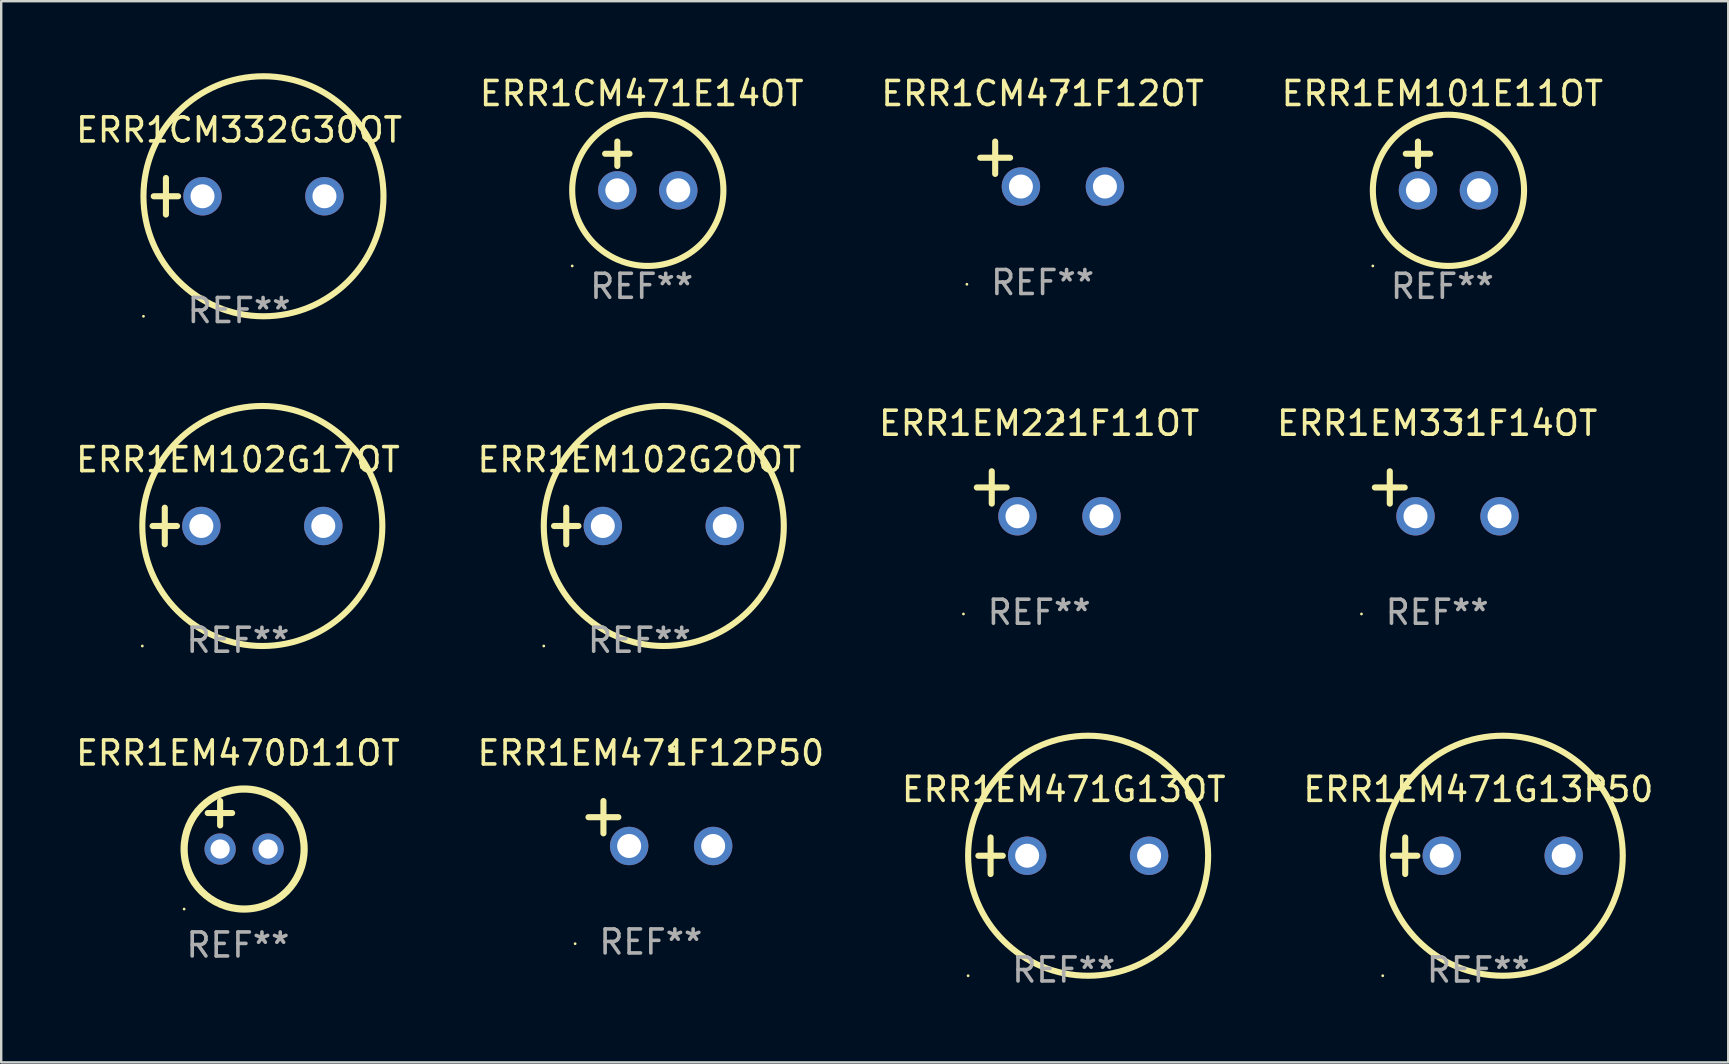
<source format=kicad_pcb>
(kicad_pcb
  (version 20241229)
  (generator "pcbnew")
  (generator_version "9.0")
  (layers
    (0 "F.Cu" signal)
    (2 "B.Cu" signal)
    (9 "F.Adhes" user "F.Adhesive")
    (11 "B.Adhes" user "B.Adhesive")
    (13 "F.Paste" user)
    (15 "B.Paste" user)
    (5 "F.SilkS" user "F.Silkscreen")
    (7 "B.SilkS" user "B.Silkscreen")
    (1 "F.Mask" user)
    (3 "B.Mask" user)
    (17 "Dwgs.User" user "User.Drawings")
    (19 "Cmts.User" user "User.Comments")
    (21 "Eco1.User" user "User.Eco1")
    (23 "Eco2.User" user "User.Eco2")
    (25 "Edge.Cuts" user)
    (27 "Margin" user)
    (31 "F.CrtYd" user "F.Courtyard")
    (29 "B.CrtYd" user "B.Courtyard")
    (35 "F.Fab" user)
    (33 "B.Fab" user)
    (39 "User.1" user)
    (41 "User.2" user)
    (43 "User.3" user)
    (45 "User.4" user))
  (footprint "ERR1EM331F14OT"
    (layer "F.Cu")
    (at 56.827 17.522)
    (property "Reference" "ERR1EM331F14OT" (at 0 -2.937 0) (layer "F.SilkS") (effects (font (size 1 1) (thickness 0.15))))
    (attr through_hole)
    (fp_line (start -1.975 0.41) (end -1.975 -0.937) (stroke (width 0.254) (type solid)) (layer "F.SilkS"))
    (fp_line (start -1.353 -0.263) (end -2.597 -0.263) (stroke (width 0.254) (type solid)) (layer "F.SilkS"))
    (fp_arc (start 0.849809 -3.063957) (mid 0.885369 -3.064114) (end 0.920929 -3.063957) (stroke (width 0.254001) (type solid)) (layer "F.SilkS"))
    (fp_circle (center -3.154 5.008) (end -3.124 5.008) (stroke (width 0.06) (type solid)) (fill no) (layer "F.SilkS"))
    (fp_text user "REF**" (at 0 4.937 0) (layer "F.Fab") (effects (font (size 1 1) (thickness 0.15))))
    (pad "1" thru_hole circle (at -0.903 0.937) (size 1.6 1.6) (drill 1) (layers "*.Cu" "*.Mask"))
    (pad "2" thru_hole circle (at 2.597 0.937) (size 1.6 1.6) (drill 1) (layers "*.Cu" "*.Mask")))
  (footprint "ERR1EM101E11OT"
    (layer "F.Cu")
    (at 57.042 3.864)
    (property "Reference" "ERR1EM101E11OT" (at 0 -3.016 0) (layer "F.SilkS") (effects (font (size 1 1) (thickness 0.15))))
    (attr through_hole)
    (fp_line (start -1.524 -0.508) (end -0.508 -0.508) (stroke (width 0.254) (type solid)) (layer "F.SilkS"))
    (fp_line (start -1.016 -1.016) (end -1.016 0) (stroke (width 0.254) (type solid)) (layer "F.SilkS"))
    (fp_circle (center -2.896 4.166) (end -2.866 4.166) (stroke (width 0.06) (type solid)) (fill no) (layer "F.SilkS"))
    (fp_circle (center 0.254 1.016) (end 3.404 1.016) (stroke (width 0.254) (type solid)) (fill no) (layer "F.SilkS"))
    (fp_text user "REF**" (at 0 5.016 0) (layer "F.Fab") (effects (font (size 1 1) (thickness 0.15))))
    (pad "1" thru_hole circle (at -1.016 1.016) (size 1.6 1.6) (drill 1) (layers "*.Cu" "*.Mask"))
    (pad "2" thru_hole circle (at 1.524 1.016) (size 1.6 1.6) (drill 1) (layers "*.Cu" "*.Mask")))
  (footprint "ERR1EM470D11OT"
    (layer "F.Cu")
    (at 6.863 31.323)
    (property "Reference" "ERR1EM470D11OT" (at 0 -3 0) (layer "F.SilkS") (effects (font (size 1 1) (thickness 0.15))))
    (attr through_hole)
    (fp_line (start -1.258 -0.5) (end -0.242 -0.5) (stroke (width 0.254) (type solid)) (layer "F.SilkS"))
    (fp_line (start -0.742 -1) (end -0.742 0.016) (stroke (width 0.254) (type solid)) (layer "F.SilkS"))
    (fp_circle (center -2.242 3.5) (end -2.212 3.5) (stroke (width 0.06) (type solid)) (fill no) (layer "F.SilkS"))
    (fp_circle (center 0.258 1) (end 2.758 1) (stroke (width 0.3) (type solid)) (fill no) (layer "F.SilkS"))
    (fp_text user "REF**" (at 0 5 0) (layer "F.Fab") (effects (font (size 1 1) (thickness 0.15))))
    (pad "1" thru_hole circle (at -0.742 1) (size 1.3 1.3) (drill 0.8) (layers "*.Cu" "*.Mask"))
    (pad "2" thru_hole circle (at 1.258 1) (size 1.3 1.3) (drill 0.8) (layers "*.Cu" "*.Mask")))
  (footprint "ERR1EM471F12P50"
    (layer "F.Cu")
    (at 24.065 31.259)
    (property "Reference" "ERR1EM471F12P50" (at 0 -2.937 0) (layer "F.SilkS") (effects (font (size 1 1) (thickness 0.15))))
    (attr through_hole)
    (fp_line (start -1.975 0.41) (end -1.975 -0.937) (stroke (width 0.254) (type solid)) (layer "F.SilkS"))
    (fp_line (start -1.353 -0.263) (end -2.597 -0.263) (stroke (width 0.254) (type solid)) (layer "F.SilkS"))
    (fp_arc (start 0.849809 -3.063957) (mid 0.885369 -3.064114) (end 0.920929 -3.063957) (stroke (width 0.254001) (type solid)) (layer "F.SilkS"))
    (fp_circle (center -3.154 5.008) (end -3.124 5.008) (stroke (width 0.06) (type solid)) (fill no) (layer "F.SilkS"))
    (fp_text user "REF**" (at 0 4.937 0) (layer "F.Fab") (effects (font (size 1 1) (thickness 0.15))))
    (pad "1" thru_hole circle (at -0.903 0.937) (size 1.6 1.6) (drill 1) (layers "*.Cu" "*.Mask"))
    (pad "2" thru_hole circle (at 2.597 0.937) (size 1.6 1.6) (drill 1) (layers "*.Cu" "*.Mask")))
  (footprint "ERR1CM332G30OT"
    (layer "F.Cu")
    (at 6.911 5.127)
    (property "Reference" "ERR1CM332G30OT" (at 0 -2.762 0) (layer "F.SilkS") (effects (font (size 1 1) (thickness 0.15))))
    (attr through_hole)
    (fp_line (start -3.556 0) (end -2.54 0) (stroke (width 0.254) (type solid)) (layer "F.SilkS"))
    (fp_line (start -3.048 -0.762) (end -3.048 0.762) (stroke (width 0.254) (type solid)) (layer "F.SilkS"))
    (fp_circle (center -3.984 5) (end -3.954 5) (stroke (width 0.06) (type solid)) (fill no) (layer "F.SilkS"))
    (fp_circle (center 1.016 0) (end 6.016 0) (stroke (width 0.254) (type solid)) (fill no) (layer "F.SilkS"))
    (fp_text user "REF**" (at 0 4.762 0) (layer "F.Fab") (effects (font (size 1 1) (thickness 0.15))))
    (pad "1" thru_hole circle (at -1.524 0) (size 1.6 1.6) (drill 1) (layers "*.Cu" "*.Mask"))
    (pad "2" thru_hole circle (at 3.556 0) (size 1.6 1.6) (drill 1) (layers "*.Cu" "*.Mask")))
  (footprint "ERR1EM102G20OT"
    (layer "F.Cu")
    (at 23.589 18.864)
    (property "Reference" "ERR1EM102G20OT" (at 0 -2.762 0) (layer "F.SilkS") (effects (font (size 1 1) (thickness 0.15))))
    (attr through_hole)
    (fp_line (start -3.556 0) (end -2.54 0) (stroke (width 0.254) (type solid)) (layer "F.SilkS"))
    (fp_line (start -3.048 -0.762) (end -3.048 0.762) (stroke (width 0.254) (type solid)) (layer "F.SilkS"))
    (fp_circle (center -3.984 5) (end -3.954 5) (stroke (width 0.06) (type solid)) (fill no) (layer "F.SilkS"))
    (fp_circle (center 1.016 0) (end 6.016 0) (stroke (width 0.254) (type solid)) (fill no) (layer "F.SilkS"))
    (fp_text user "REF**" (at 0 4.762 0) (layer "F.Fab") (effects (font (size 1 1) (thickness 0.15))))
    (pad "1" thru_hole circle (at -1.524 0) (size 1.6 1.6) (drill 1) (layers "*.Cu" "*.Mask"))
    (pad "2" thru_hole circle (at 3.556 0) (size 1.6 1.6) (drill 1) (layers "*.Cu" "*.Mask")))
  (footprint "ERR1EM102G17OT"
    (layer "F.Cu")
    (at 6.863 18.864)
    (property "Reference" "ERR1EM102G17OT" (at 0 -2.762 0) (layer "F.SilkS") (effects (font (size 1 1) (thickness 0.15))))
    (attr through_hole)
    (fp_line (start -3.556 0) (end -2.54 0) (stroke (width 0.254) (type solid)) (layer "F.SilkS"))
    (fp_line (start -3.048 -0.762) (end -3.048 0.762) (stroke (width 0.254) (type solid)) (layer "F.SilkS"))
    (fp_circle (center -3.984 5) (end -3.954 5) (stroke (width 0.06) (type solid)) (fill no) (layer "F.SilkS"))
    (fp_circle (center 1.016 0) (end 6.016 0) (stroke (width 0.254) (type solid)) (fill no) (layer "F.SilkS"))
    (fp_text user "REF**" (at 0 4.762 0) (layer "F.Fab") (effects (font (size 1 1) (thickness 0.15))))
    (pad "1" thru_hole circle (at -1.524 0) (size 1.6 1.6) (drill 1) (layers "*.Cu" "*.Mask"))
    (pad "2" thru_hole circle (at 3.556 0) (size 1.6 1.6) (drill 1) (layers "*.Cu" "*.Mask")))
  (footprint "ERR1EM471G13OT"
    (layer "F.Cu")
    (at 41.268 32.602)
    (property "Reference" "ERR1EM471G13OT" (at 0 -2.762 0) (layer "F.SilkS") (effects (font (size 1 1) (thickness 0.15))))
    (attr through_hole)
    (fp_line (start -3.556 0) (end -2.54 0) (stroke (width 0.254) (type solid)) (layer "F.SilkS"))
    (fp_line (start -3.048 -0.762) (end -3.048 0.762) (stroke (width 0.254) (type solid)) (layer "F.SilkS"))
    (fp_circle (center -3.984 5) (end -3.954 5) (stroke (width 0.06) (type solid)) (fill no) (layer "F.SilkS"))
    (fp_circle (center 1.016 0) (end 6.016 0) (stroke (width 0.254) (type solid)) (fill no) (layer "F.SilkS"))
    (fp_text user "REF**" (at 0 4.762 0) (layer "F.Fab") (effects (font (size 1 1) (thickness 0.15))))
    (pad "1" thru_hole circle (at -1.524 0) (size 1.6 1.6) (drill 1) (layers "*.Cu" "*.Mask"))
    (pad "2" thru_hole circle (at 3.556 0) (size 1.6 1.6) (drill 1) (layers "*.Cu" "*.Mask")))
  (footprint "ERR1EM221F11OT"
    (layer "F.Cu")
    (at 40.244 17.522)
    (property "Reference" "ERR1EM221F11OT" (at 0 -2.937 0) (layer "F.SilkS") (effects (font (size 1 1) (thickness 0.15))))
    (attr through_hole)
    (fp_line (start -1.975 0.41) (end -1.975 -0.937) (stroke (width 0.254) (type solid)) (layer "F.SilkS"))
    (fp_line (start -1.353 -0.263) (end -2.597 -0.263) (stroke (width 0.254) (type solid)) (layer "F.SilkS"))
    (fp_arc (start 0.849809 -3.063957) (mid 0.885369 -3.064114) (end 0.920929 -3.063957) (stroke (width 0.254001) (type solid)) (layer "F.SilkS"))
    (fp_circle (center -3.154 5.008) (end -3.124 5.008) (stroke (width 0.06) (type solid)) (fill no) (layer "F.SilkS"))
    (fp_text user "REF**" (at 0 4.937 0) (layer "F.Fab") (effects (font (size 1 1) (thickness 0.15))))
    (pad "1" thru_hole circle (at -0.903 0.937) (size 1.6 1.6) (drill 1) (layers "*.Cu" "*.Mask"))
    (pad "2" thru_hole circle (at 2.597 0.937) (size 1.6 1.6) (drill 1) (layers "*.Cu" "*.Mask")))
  (footprint "ERR1EM471G13P50"
    (layer "F.Cu")
    (at 58.542 32.602)
    (property "Reference" "ERR1EM471G13P50" (at 0 -2.762 0) (layer "F.SilkS") (effects (font (size 1 1) (thickness 0.15))))
    (attr through_hole)
    (fp_line (start -3.556 0) (end -2.54 0) (stroke (width 0.254) (type solid)) (layer "F.SilkS"))
    (fp_line (start -3.048 -0.762) (end -3.048 0.762) (stroke (width 0.254) (type solid)) (layer "F.SilkS"))
    (fp_circle (center -3.984 5) (end -3.954 5) (stroke (width 0.06) (type solid)) (fill no) (layer "F.SilkS"))
    (fp_circle (center 1.016 0) (end 6.016 0) (stroke (width 0.254) (type solid)) (fill no) (layer "F.SilkS"))
    (fp_text user "REF**" (at 0 4.762 0) (layer "F.Fab") (effects (font (size 1 1) (thickness 0.15))))
    (pad "1" thru_hole circle (at -1.524 0) (size 1.6 1.6) (drill 1) (layers "*.Cu" "*.Mask"))
    (pad "2" thru_hole circle (at 3.556 0) (size 1.6 1.6) (drill 1) (layers "*.Cu" "*.Mask")))
  (footprint "ERR1CM471F12OT"
    (layer "F.Cu")
    (at 40.387 3.785)
    (property "Reference" "ERR1CM471F12OT" (at 0 -2.937 0) (layer "F.SilkS") (effects (font (size 1 1) (thickness 0.15))))
    (attr through_hole)
    (fp_line (start -1.975 0.41) (end -1.975 -0.937) (stroke (width 0.254) (type solid)) (layer "F.SilkS"))
    (fp_line (start -1.353 -0.263) (end -2.597 -0.263) (stroke (width 0.254) (type solid)) (layer "F.SilkS"))
    (fp_arc (start 0.849809 -3.063957) (mid 0.885369 -3.064114) (end 0.920929 -3.063957) (stroke (width 0.254001) (type solid)) (layer "F.SilkS"))
    (fp_circle (center -3.154 5.008) (end -3.124 5.008) (stroke (width 0.06) (type solid)) (fill no) (layer "F.SilkS"))
    (fp_text user "REF**" (at 0 4.937 0) (layer "F.Fab") (effects (font (size 1 1) (thickness 0.15))))
    (pad "1" thru_hole circle (at -0.903 0.937) (size 1.6 1.6) (drill 1) (layers "*.Cu" "*.Mask"))
    (pad "2" thru_hole circle (at 2.597 0.937) (size 1.6 1.6) (drill 1) (layers "*.Cu" "*.Mask")))
  (footprint "ERR1CM471E14OT"
    (layer "F.Cu")
    (at 23.685 3.864)
    (property "Reference" "ERR1CM471E14OT" (at 0 -3.016 0) (layer "F.SilkS") (effects (font (size 1 1) (thickness 0.15))))
    (attr through_hole)
    (fp_line (start -1.524 -0.508) (end -0.508 -0.508) (stroke (width 0.254) (type solid)) (layer "F.SilkS"))
    (fp_line (start -1.016 -1.016) (end -1.016 0) (stroke (width 0.254) (type solid)) (layer "F.SilkS"))
    (fp_circle (center -2.896 4.166) (end -2.866 4.166) (stroke (width 0.06) (type solid)) (fill no) (layer "F.SilkS"))
    (fp_circle (center 0.254 1.016) (end 3.404 1.016) (stroke (width 0.254) (type solid)) (fill no) (layer "F.SilkS"))
    (fp_text user "REF**" (at 0 5.016 0) (layer "F.Fab") (effects (font (size 1 1) (thickness 0.15))))
    (pad "1" thru_hole circle (at -1.016 1.016) (size 1.6 1.6) (drill 1) (layers "*.Cu" "*.Mask"))
    (pad "2" thru_hole circle (at 1.524 1.016) (size 1.6 1.6) (drill 1) (layers "*.Cu" "*.Mask")))
  (gr_rect
    (start -3 -3)
    (end 68.952 41.212)
    (stroke (width 0.1) (type default))
    (fill no)
    (layer "Edge.Cuts")))
</source>
